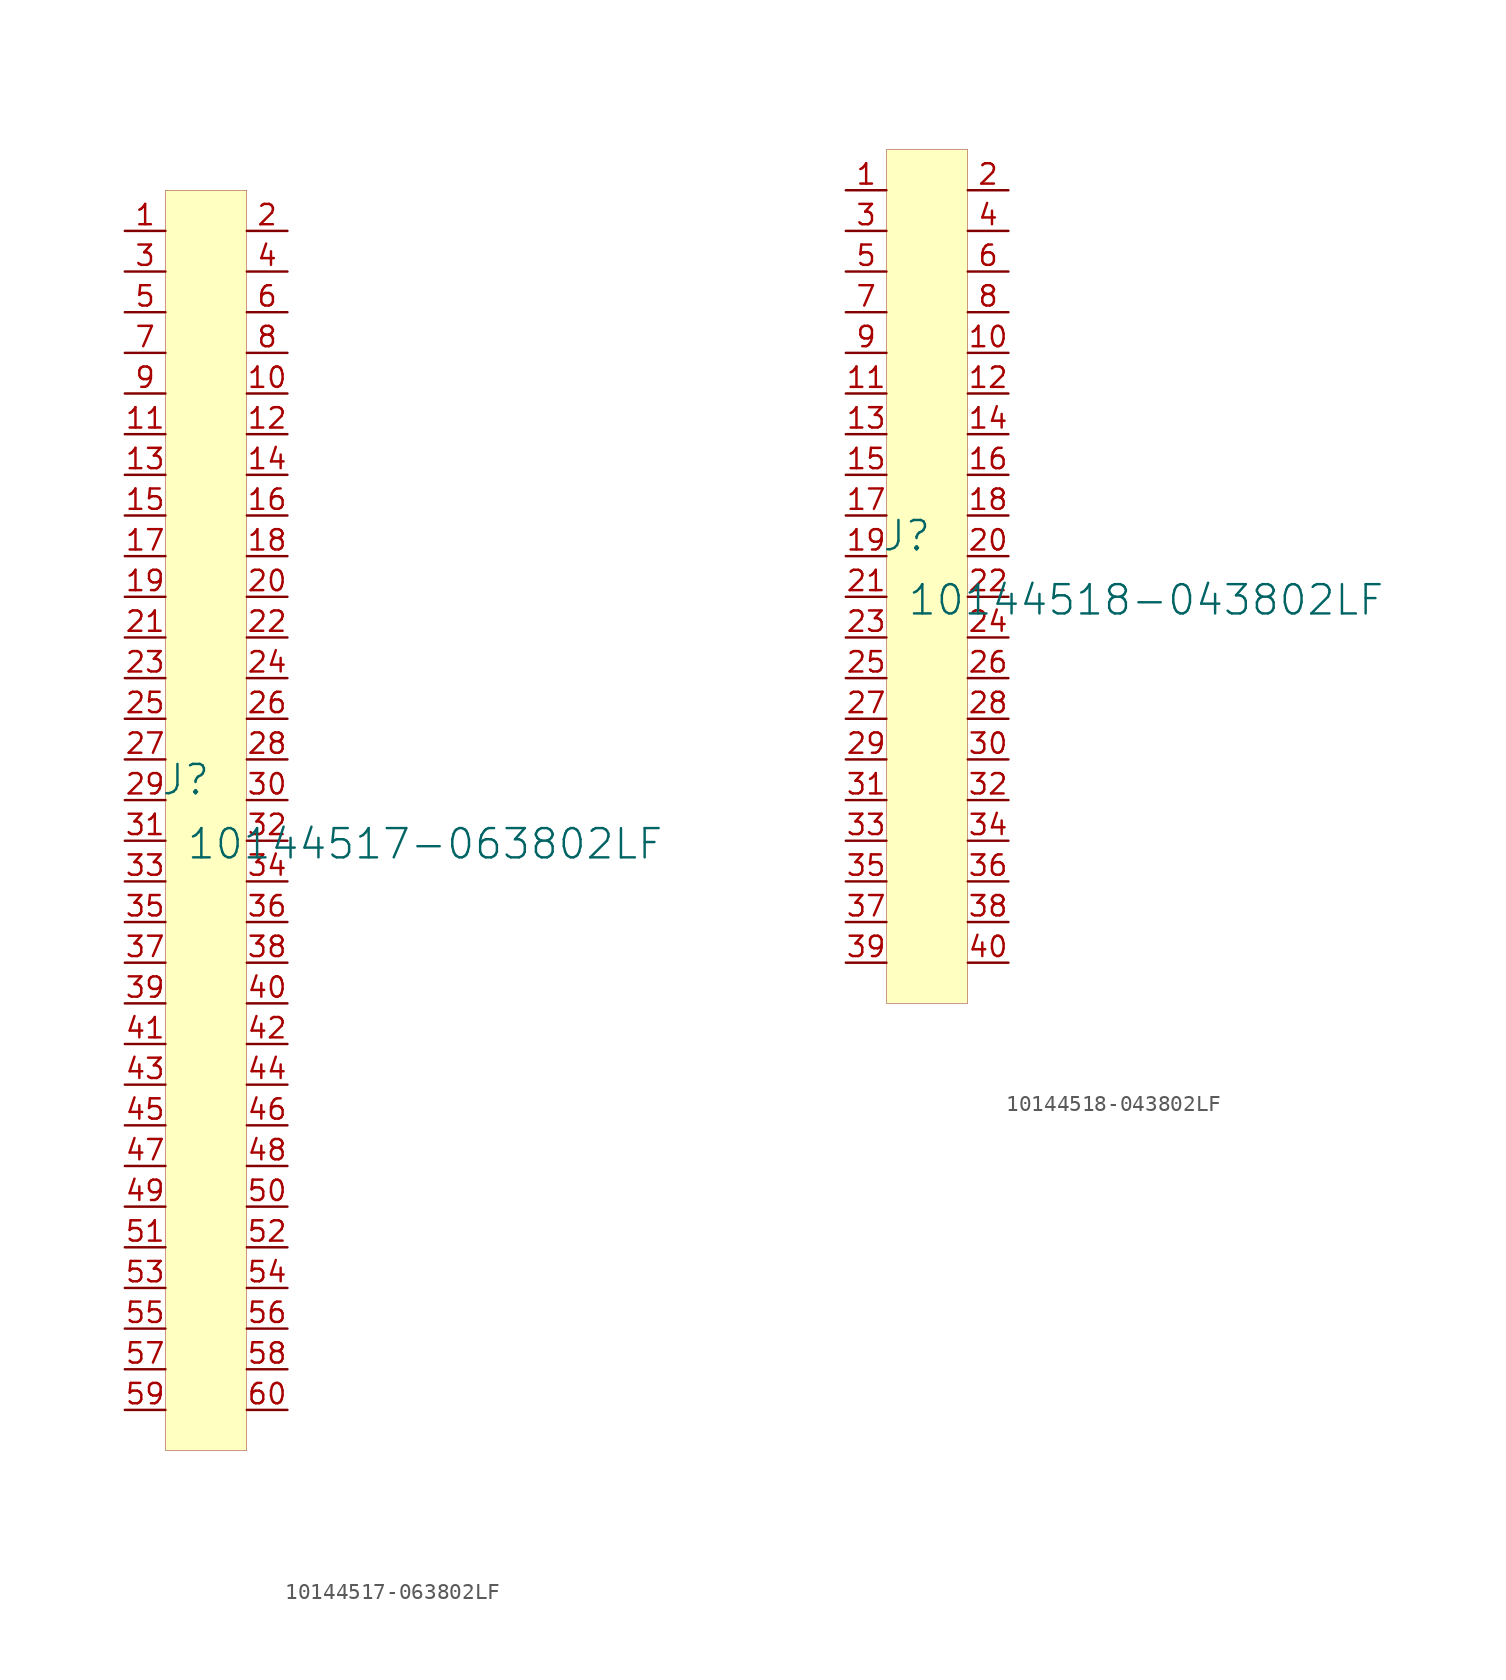
<source format=kicad_sym>
(kicad_symbol_lib
  (version 20231120)
  (generator "kicad_symbol_editor")
  (generator_version "8.0")
  (symbol "10144517-063802LF"
    (property "Reference" "J"
      (at -1.27 1.27 0)
      (effects (font (size 1.829 1.829))))
    (property "Value" "10144517-063802LF"
      (at -1.27 -3.81 0)
      (effects (font (size 1.829 1.829)) (justify left bottom)))
    (symbol "10144517-063802LF_1_0"
      (rectangle (start 2.54 38.1) (end -2.54 -40.64) (stroke (width 0.025) (type solid) (color 128 0 0 1)) (fill (type background)))
      (pin passive line (at -5.08 35.56 0) (length 2.54) (name "" (effects (font (size 1.27 1.27)))) (number "1" (effects (font (size 1.27 1.27)))))
      (pin passive line (at 5.08 25.4 180) (length 2.54) (name "" (effects (font (size 1.27 1.27)))) (number "10" (effects (font (size 1.27 1.27)))))
      (pin passive line (at -5.08 22.86 0) (length 2.54) (name "" (effects (font (size 1.27 1.27)))) (number "11" (effects (font (size 1.27 1.27)))))
      (pin passive line (at 5.08 22.86 180) (length 2.54) (name "" (effects (font (size 1.27 1.27)))) (number "12" (effects (font (size 1.27 1.27)))))
      (pin passive line (at -5.08 20.32 0) (length 2.54) (name "" (effects (font (size 1.27 1.27)))) (number "13" (effects (font (size 1.27 1.27)))))
      (pin passive line (at 5.08 20.32 180) (length 2.54) (name "" (effects (font (size 1.27 1.27)))) (number "14" (effects (font (size 1.27 1.27)))))
      (pin passive line (at -5.08 17.78 0) (length 2.54) (name "" (effects (font (size 1.27 1.27)))) (number "15" (effects (font (size 1.27 1.27)))))
      (pin passive line (at 5.08 17.78 180) (length 2.54) (name "" (effects (font (size 1.27 1.27)))) (number "16" (effects (font (size 1.27 1.27)))))
      (pin passive line (at -5.08 15.24 0) (length 2.54) (name "" (effects (font (size 1.27 1.27)))) (number "17" (effects (font (size 1.27 1.27)))))
      (pin passive line (at 5.08 15.24 180) (length 2.54) (name "" (effects (font (size 1.27 1.27)))) (number "18" (effects (font (size 1.27 1.27)))))
      (pin passive line (at -5.08 12.7 0) (length 2.54) (name "" (effects (font (size 1.27 1.27)))) (number "19" (effects (font (size 1.27 1.27)))))
      (pin passive line (at 5.08 35.56 180) (length 2.54) (name "" (effects (font (size 1.27 1.27)))) (number "2" (effects (font (size 1.27 1.27)))))
      (pin passive line (at 5.08 12.7 180) (length 2.54) (name "" (effects (font (size 1.27 1.27)))) (number "20" (effects (font (size 1.27 1.27)))))
      (pin passive line (at -5.08 10.16 0) (length 2.54) (name "" (effects (font (size 1.27 1.27)))) (number "21" (effects (font (size 1.27 1.27)))))
      (pin passive line (at 5.08 10.16 180) (length 2.54) (name "" (effects (font (size 1.27 1.27)))) (number "22" (effects (font (size 1.27 1.27)))))
      (pin passive line (at -5.08 7.62 0) (length 2.54) (name "" (effects (font (size 1.27 1.27)))) (number "23" (effects (font (size 1.27 1.27)))))
      (pin passive line (at 5.08 7.62 180) (length 2.54) (name "" (effects (font (size 1.27 1.27)))) (number "24" (effects (font (size 1.27 1.27)))))
      (pin passive line (at -5.08 5.08 0) (length 2.54) (name "" (effects (font (size 1.27 1.27)))) (number "25" (effects (font (size 1.27 1.27)))))
      (pin passive line (at 5.08 5.08 180) (length 2.54) (name "" (effects (font (size 1.27 1.27)))) (number "26" (effects (font (size 1.27 1.27)))))
      (pin passive line (at -5.08 2.54 0) (length 2.54) (name "" (effects (font (size 1.27 1.27)))) (number "27" (effects (font (size 1.27 1.27)))))
      (pin passive line (at 5.08 2.54 180) (length 2.54) (name "" (effects (font (size 1.27 1.27)))) (number "28" (effects (font (size 1.27 1.27)))))
      (pin passive line (at -5.08 0 0) (length 2.54) (name "" (effects (font (size 1.27 1.27)))) (number "29" (effects (font (size 1.27 1.27)))))
      (pin passive line (at -5.08 33.02 0) (length 2.54) (name "" (effects (font (size 1.27 1.27)))) (number "3" (effects (font (size 1.27 1.27)))))
      (pin passive line (at 5.08 0 180) (length 2.54) (name "" (effects (font (size 1.27 1.27)))) (number "30" (effects (font (size 1.27 1.27)))))
      (pin passive line (at -5.08 -2.54 0) (length 2.54) (name "" (effects (font (size 1.27 1.27)))) (number "31" (effects (font (size 1.27 1.27)))))
      (pin passive line (at 5.08 -2.54 180) (length 2.54) (name "" (effects (font (size 1.27 1.27)))) (number "32" (effects (font (size 1.27 1.27)))))
      (pin passive line (at -5.08 -5.08 0) (length 2.54) (name "" (effects (font (size 1.27 1.27)))) (number "33" (effects (font (size 1.27 1.27)))))
      (pin passive line (at 5.08 -5.08 180) (length 2.54) (name "" (effects (font (size 1.27 1.27)))) (number "34" (effects (font (size 1.27 1.27)))))
      (pin passive line (at -5.08 -7.62 0) (length 2.54) (name "" (effects (font (size 1.27 1.27)))) (number "35" (effects (font (size 1.27 1.27)))))
      (pin passive line (at 5.08 -7.62 180) (length 2.54) (name "" (effects (font (size 1.27 1.27)))) (number "36" (effects (font (size 1.27 1.27)))))
      (pin passive line (at -5.08 -10.16 0) (length 2.54) (name "" (effects (font (size 1.27 1.27)))) (number "37" (effects (font (size 1.27 1.27)))))
      (pin passive line (at 5.08 -10.16 180) (length 2.54) (name "" (effects (font (size 1.27 1.27)))) (number "38" (effects (font (size 1.27 1.27)))))
      (pin passive line (at -5.08 -12.7 0) (length 2.54) (name "" (effects (font (size 1.27 1.27)))) (number "39" (effects (font (size 1.27 1.27)))))
      (pin passive line (at 5.08 33.02 180) (length 2.54) (name "" (effects (font (size 1.27 1.27)))) (number "4" (effects (font (size 1.27 1.27)))))
      (pin passive line (at 5.08 -12.7 180) (length 2.54) (name "" (effects (font (size 1.27 1.27)))) (number "40" (effects (font (size 1.27 1.27)))))
      (pin passive line (at -5.08 -15.24 0) (length 2.54) (name "41" (effects (font (size 0 0)))) (number "41" (effects (font (size 1.27 1.27)))))
      (pin passive line (at 5.08 -15.24 180) (length 2.54) (name "42" (effects (font (size 0 0)))) (number "42" (effects (font (size 1.27 1.27)))))
      (pin passive line (at -5.08 -17.78 0) (length 2.54) (name "43" (effects (font (size 0 0)))) (number "43" (effects (font (size 1.27 1.27)))))
      (pin passive line (at 5.08 -17.78 180) (length 2.54) (name "44" (effects (font (size 0 0)))) (number "44" (effects (font (size 1.27 1.27)))))
      (pin passive line (at -5.08 -20.32 0) (length 2.54) (name "45" (effects (font (size 0 0)))) (number "45" (effects (font (size 1.27 1.27)))))
      (pin passive line (at 5.08 -20.32 180) (length 2.54) (name "46" (effects (font (size 0 0)))) (number "46" (effects (font (size 1.27 1.27)))))
      (pin passive line (at -5.08 -22.86 0) (length 2.54) (name "47" (effects (font (size 0 0)))) (number "47" (effects (font (size 1.27 1.27)))))
      (pin passive line (at 5.08 -22.86 180) (length 2.54) (name "48" (effects (font (size 0 0)))) (number "48" (effects (font (size 1.27 1.27)))))
      (pin passive line (at -5.08 -25.4 0) (length 2.54) (name "49" (effects (font (size 0 0)))) (number "49" (effects (font (size 1.27 1.27)))))
      (pin passive line (at -5.08 30.48 0) (length 2.54) (name "" (effects (font (size 1.27 1.27)))) (number "5" (effects (font (size 1.27 1.27)))))
      (pin passive line (at 5.08 -25.4 180) (length 2.54) (name "50" (effects (font (size 0 0)))) (number "50" (effects (font (size 1.27 1.27)))))
      (pin passive line (at -5.08 -27.94 0) (length 2.54) (name "51" (effects (font (size 0 0)))) (number "51" (effects (font (size 1.27 1.27)))))
      (pin passive line (at 5.08 -27.94 180) (length 2.54) (name "52" (effects (font (size 0 0)))) (number "52" (effects (font (size 1.27 1.27)))))
      (pin passive line (at -5.08 -30.48 0) (length 2.54) (name "53" (effects (font (size 0 0)))) (number "53" (effects (font (size 1.27 1.27)))))
      (pin passive line (at 5.08 -30.48 180) (length 2.54) (name "54" (effects (font (size 0 0)))) (number "54" (effects (font (size 1.27 1.27)))))
      (pin passive line (at -5.08 -33.02 0) (length 2.54) (name "55" (effects (font (size 0 0)))) (number "55" (effects (font (size 1.27 1.27)))))
      (pin passive line (at 5.08 -33.02 180) (length 2.54) (name "56" (effects (font (size 0 0)))) (number "56" (effects (font (size 1.27 1.27)))))
      (pin passive line (at -5.08 -35.56 0) (length 2.54) (name "57" (effects (font (size 0 0)))) (number "57" (effects (font (size 1.27 1.27)))))
      (pin passive line (at 5.08 -35.56 180) (length 2.54) (name "58" (effects (font (size 0 0)))) (number "58" (effects (font (size 1.27 1.27)))))
      (pin passive line (at -5.08 -38.1 0) (length 2.54) (name "59" (effects (font (size 0 0)))) (number "59" (effects (font (size 1.27 1.27)))))
      (pin passive line (at 5.08 30.48 180) (length 2.54) (name "" (effects (font (size 1.27 1.27)))) (number "6" (effects (font (size 1.27 1.27)))))
      (pin passive line (at 5.08 -38.1 180) (length 2.54) (name "60" (effects (font (size 0 0)))) (number "60" (effects (font (size 1.27 1.27)))))
      (pin passive line (at -5.08 27.94 0) (length 2.54) (name "" (effects (font (size 1.27 1.27)))) (number "7" (effects (font (size 1.27 1.27)))))
      (pin passive line (at 5.08 27.94 180) (length 2.54) (name "" (effects (font (size 1.27 1.27)))) (number "8" (effects (font (size 1.27 1.27)))))
      (pin passive line (at -5.08 25.4 0) (length 2.54) (name "" (effects (font (size 1.27 1.27)))) (number "9" (effects (font (size 1.27 1.27)))))))
  (symbol "10144518-043802LF"
    (property "Reference" "J"
      (at -1.27 1.27 0)
      (effects (font (size 1.829 1.829))))
    (property "Value" "10144518-043802LF"
      (at -1.27 -3.81 0)
      (effects (font (size 1.829 1.829)) (justify left bottom)))
    (symbol "10144518-043802LF_1_0"
      (rectangle (start 2.54 25.4) (end -2.54 -27.94) (stroke (width 0.025) (type solid) (color 128 0 0 1)) (fill (type background)))
      (pin passive line (at -5.08 22.86 0) (length 2.54) (name "" (effects (font (size 1.27 1.27)))) (number "1" (effects (font (size 1.27 1.27)))))
      (pin passive line (at 5.08 12.7 180) (length 2.54) (name "" (effects (font (size 1.27 1.27)))) (number "10" (effects (font (size 1.27 1.27)))))
      (pin passive line (at -5.08 10.16 0) (length 2.54) (name "" (effects (font (size 1.27 1.27)))) (number "11" (effects (font (size 1.27 1.27)))))
      (pin passive line (at 5.08 10.16 180) (length 2.54) (name "" (effects (font (size 1.27 1.27)))) (number "12" (effects (font (size 1.27 1.27)))))
      (pin passive line (at -5.08 7.62 0) (length 2.54) (name "" (effects (font (size 1.27 1.27)))) (number "13" (effects (font (size 1.27 1.27)))))
      (pin passive line (at 5.08 7.62 180) (length 2.54) (name "" (effects (font (size 1.27 1.27)))) (number "14" (effects (font (size 1.27 1.27)))))
      (pin passive line (at -5.08 5.08 0) (length 2.54) (name "" (effects (font (size 1.27 1.27)))) (number "15" (effects (font (size 1.27 1.27)))))
      (pin passive line (at 5.08 5.08 180) (length 2.54) (name "" (effects (font (size 1.27 1.27)))) (number "16" (effects (font (size 1.27 1.27)))))
      (pin passive line (at -5.08 2.54 0) (length 2.54) (name "" (effects (font (size 1.27 1.27)))) (number "17" (effects (font (size 1.27 1.27)))))
      (pin passive line (at 5.08 2.54 180) (length 2.54) (name "" (effects (font (size 1.27 1.27)))) (number "18" (effects (font (size 1.27 1.27)))))
      (pin passive line (at -5.08 0 0) (length 2.54) (name "" (effects (font (size 1.27 1.27)))) (number "19" (effects (font (size 1.27 1.27)))))
      (pin passive line (at 5.08 22.86 180) (length 2.54) (name "" (effects (font (size 1.27 1.27)))) (number "2" (effects (font (size 1.27 1.27)))))
      (pin passive line (at 5.08 0 180) (length 2.54) (name "" (effects (font (size 1.27 1.27)))) (number "20" (effects (font (size 1.27 1.27)))))
      (pin passive line (at -5.08 -2.54 0) (length 2.54) (name "" (effects (font (size 1.27 1.27)))) (number "21" (effects (font (size 1.27 1.27)))))
      (pin passive line (at 5.08 -2.54 180) (length 2.54) (name "" (effects (font (size 1.27 1.27)))) (number "22" (effects (font (size 1.27 1.27)))))
      (pin passive line (at -5.08 -5.08 0) (length 2.54) (name "" (effects (font (size 1.27 1.27)))) (number "23" (effects (font (size 1.27 1.27)))))
      (pin passive line (at 5.08 -5.08 180) (length 2.54) (name "" (effects (font (size 1.27 1.27)))) (number "24" (effects (font (size 1.27 1.27)))))
      (pin passive line (at -5.08 -7.62 0) (length 2.54) (name "" (effects (font (size 1.27 1.27)))) (number "25" (effects (font (size 1.27 1.27)))))
      (pin passive line (at 5.08 -7.62 180) (length 2.54) (name "" (effects (font (size 1.27 1.27)))) (number "26" (effects (font (size 1.27 1.27)))))
      (pin passive line (at -5.08 -10.16 0) (length 2.54) (name "" (effects (font (size 1.27 1.27)))) (number "27" (effects (font (size 1.27 1.27)))))
      (pin passive line (at 5.08 -10.16 180) (length 2.54) (name "" (effects (font (size 1.27 1.27)))) (number "28" (effects (font (size 1.27 1.27)))))
      (pin passive line (at -5.08 -12.7 0) (length 2.54) (name "" (effects (font (size 1.27 1.27)))) (number "29" (effects (font (size 1.27 1.27)))))
      (pin passive line (at -5.08 20.32 0) (length 2.54) (name "" (effects (font (size 1.27 1.27)))) (number "3" (effects (font (size 1.27 1.27)))))
      (pin passive line (at 5.08 -12.7 180) (length 2.54) (name "" (effects (font (size 1.27 1.27)))) (number "30" (effects (font (size 1.27 1.27)))))
      (pin passive line (at -5.08 -15.24 0) (length 2.54) (name "" (effects (font (size 1.27 1.27)))) (number "31" (effects (font (size 1.27 1.27)))))
      (pin passive line (at 5.08 -15.24 180) (length 2.54) (name "" (effects (font (size 1.27 1.27)))) (number "32" (effects (font (size 1.27 1.27)))))
      (pin passive line (at -5.08 -17.78 0) (length 2.54) (name "" (effects (font (size 1.27 1.27)))) (number "33" (effects (font (size 1.27 1.27)))))
      (pin passive line (at 5.08 -17.78 180) (length 2.54) (name "" (effects (font (size 1.27 1.27)))) (number "34" (effects (font (size 1.27 1.27)))))
      (pin passive line (at -5.08 -20.32 0) (length 2.54) (name "" (effects (font (size 1.27 1.27)))) (number "35" (effects (font (size 1.27 1.27)))))
      (pin passive line (at 5.08 -20.32 180) (length 2.54) (name "" (effects (font (size 1.27 1.27)))) (number "36" (effects (font (size 1.27 1.27)))))
      (pin passive line (at -5.08 -22.86 0) (length 2.54) (name "" (effects (font (size 1.27 1.27)))) (number "37" (effects (font (size 1.27 1.27)))))
      (pin passive line (at 5.08 -22.86 180) (length 2.54) (name "" (effects (font (size 1.27 1.27)))) (number "38" (effects (font (size 1.27 1.27)))))
      (pin passive line (at -5.08 -25.4 0) (length 2.54) (name "" (effects (font (size 1.27 1.27)))) (number "39" (effects (font (size 1.27 1.27)))))
      (pin passive line (at 5.08 20.32 180) (length 2.54) (name "" (effects (font (size 1.27 1.27)))) (number "4" (effects (font (size 1.27 1.27)))))
      (pin passive line (at 5.08 -25.4 180) (length 2.54) (name "" (effects (font (size 1.27 1.27)))) (number "40" (effects (font (size 1.27 1.27)))))
      (pin passive line (at -5.08 17.78 0) (length 2.54) (name "" (effects (font (size 1.27 1.27)))) (number "5" (effects (font (size 1.27 1.27)))))
      (pin passive line (at 5.08 17.78 180) (length 2.54) (name "" (effects (font (size 1.27 1.27)))) (number "6" (effects (font (size 1.27 1.27)))))
      (pin passive line (at -5.08 15.24 0) (length 2.54) (name "" (effects (font (size 1.27 1.27)))) (number "7" (effects (font (size 1.27 1.27)))))
      (pin passive line (at 5.08 15.24 180) (length 2.54) (name "" (effects (font (size 1.27 1.27)))) (number "8" (effects (font (size 1.27 1.27)))))
      (pin passive line (at -5.08 12.7 0) (length 2.54) (name "" (effects (font (size 1.27 1.27)))) (number "9" (effects (font (size 1.27 1.27))))))))
</source>
